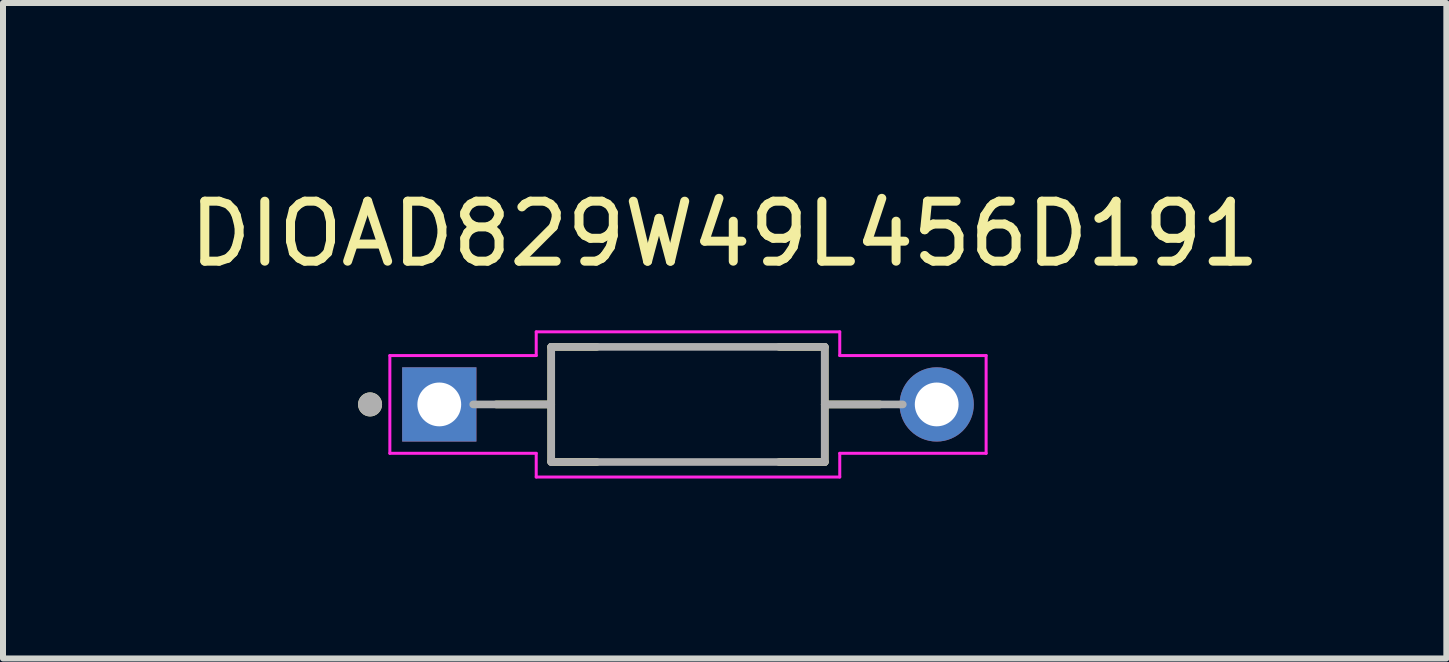
<source format=kicad_pcb>
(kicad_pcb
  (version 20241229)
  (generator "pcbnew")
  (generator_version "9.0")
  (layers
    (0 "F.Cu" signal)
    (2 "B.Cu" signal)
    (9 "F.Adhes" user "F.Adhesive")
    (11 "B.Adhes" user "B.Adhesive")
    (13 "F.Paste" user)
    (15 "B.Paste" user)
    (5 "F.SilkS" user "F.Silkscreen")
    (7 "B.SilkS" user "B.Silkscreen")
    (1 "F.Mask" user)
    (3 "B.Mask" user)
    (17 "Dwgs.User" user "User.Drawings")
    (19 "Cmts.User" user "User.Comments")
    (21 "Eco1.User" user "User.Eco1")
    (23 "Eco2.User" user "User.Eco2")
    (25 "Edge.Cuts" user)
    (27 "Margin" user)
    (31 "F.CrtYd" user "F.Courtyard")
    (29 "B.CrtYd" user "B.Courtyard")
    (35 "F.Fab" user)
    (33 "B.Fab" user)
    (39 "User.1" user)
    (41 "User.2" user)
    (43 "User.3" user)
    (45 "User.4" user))
  (footprint "DIOAD829W49L456D191"
    (layer "F.Cu")
    (at 8.419 3.692)
    (property "Reference" "DIOAD829W49L456D191" (at 0.612 -2.843 0) (layer "F.SilkS") (effects (font (size 1 1) (thickness 0.15))))
    (attr through_hole)
    (fp_line (start -2.28 -0.96) (end -2.28 0) (stroke (width 0.127) (type solid)) (layer "F.SilkS"))
    (fp_line (start -2.28 -0.96) (end -1.52 -0.96) (stroke (width 0.127) (type solid)) (layer "F.SilkS"))
    (fp_line (start -2.28 0) (end -3.2 0) (stroke (width 0.127) (type solid)) (layer "F.SilkS"))
    (fp_line (start -2.28 0) (end -2.28 0.95) (stroke (width 0.127) (type solid)) (layer "F.SilkS"))
    (fp_line (start -2.28 0.96) (end -1.52 0.96) (stroke (width 0.127) (type solid)) (layer "F.SilkS"))
    (fp_line (start 1.52 -0.96) (end 2.28 -0.96) (stroke (width 0.127) (type solid)) (layer "F.SilkS"))
    (fp_line (start 1.52 0.96) (end 2.28 0.96) (stroke (width 0.127) (type solid)) (layer "F.SilkS"))
    (fp_line (start 2.28 -0.95) (end 2.28 0) (stroke (width 0.127) (type solid)) (layer "F.SilkS"))
    (fp_line (start 2.28 0) (end 2.28 0.96) (stroke (width 0.127) (type solid)) (layer "F.SilkS"))
    (fp_line (start 3.2 0) (end 2.28 0) (stroke (width 0.127) (type solid)) (layer "F.SilkS"))
    (fp_circle (center -5.3 0) (end -5.2 0) (stroke (width 0.2) (type solid)) (fill no) (layer "F.SilkS"))
    (fp_line (start -4.97 -0.815) (end -4.97 0.815) (stroke (width 0.05) (type solid)) (layer "F.CrtYd"))
    (fp_line (start -2.53 -1.21) (end -2.53 -0.815) (stroke (width 0.05) (type solid)) (layer "F.CrtYd"))
    (fp_line (start -2.53 -1.21) (end 2.53 -1.21) (stroke (width 0.05) (type solid)) (layer "F.CrtYd"))
    (fp_line (start -2.53 -0.815) (end -4.97 -0.815) (stroke (width 0.05) (type solid)) (layer "F.CrtYd"))
    (fp_line (start -2.53 0.815) (end -4.97 0.815) (stroke (width 0.05) (type solid)) (layer "F.CrtYd"))
    (fp_line (start -2.53 1.21) (end -2.53 0.815) (stroke (width 0.05) (type solid)) (layer "F.CrtYd"))
    (fp_line (start 2.53 -1.21) (end 2.53 -0.815) (stroke (width 0.05) (type solid)) (layer "F.CrtYd"))
    (fp_line (start 2.53 1.21) (end -2.53 1.21) (stroke (width 0.05) (type solid)) (layer "F.CrtYd"))
    (fp_line (start 2.53 1.21) (end 2.53 0.815) (stroke (width 0.05) (type solid)) (layer "F.CrtYd"))
    (fp_line (start 4.97 -0.815) (end 2.53 -0.815) (stroke (width 0.05) (type solid)) (layer "F.CrtYd"))
    (fp_line (start 4.97 -0.815) (end 4.97 0.815) (stroke (width 0.05) (type solid)) (layer "F.CrtYd"))
    (fp_line (start 4.97 0.815) (end 2.53 0.815) (stroke (width 0.05) (type solid)) (layer "F.CrtYd"))
    (fp_line (start -3.581 0) (end -2.28 0) (stroke (width 0.127) (type solid)) (layer "F.Fab"))
    (fp_line (start -2.28 -0.96) (end -2.28 0) (stroke (width 0.127) (type solid)) (layer "F.Fab"))
    (fp_line (start -2.28 -0.96) (end 2.28 -0.96) (stroke (width 0.127) (type solid)) (layer "F.Fab"))
    (fp_line (start -2.28 0) (end -2.28 0.96) (stroke (width 0.127) (type solid)) (layer "F.Fab"))
    (fp_line (start -2.28 0.96) (end 2.28 0.96) (stroke (width 0.127) (type solid)) (layer "F.Fab"))
    (fp_line (start 2.28 -0.96) (end 2.28 0) (stroke (width 0.127) (type solid)) (layer "F.Fab"))
    (fp_line (start 2.28 0) (end 2.28 0.96) (stroke (width 0.127) (type solid)) (layer "F.Fab"))
    (fp_line (start 2.28 0) (end 3.581 0) (stroke (width 0.127) (type solid)) (layer "F.Fab"))
    (fp_circle (center -5.3 0) (end -5.2 0) (stroke (width 0.2) (type solid)) (fill no) (layer "F.Fab"))
    (pad "1" thru_hole rect (at -4.146 0) (size 1.238 1.238) (drill 0.73) (layers "*.Cu" "*.Mask"))
    (pad "2" thru_hole circle (at 4.146 0) (size 1.238 1.238) (drill 0.73) (layers "*.Cu" "*.Mask")))
  (gr_rect
    (start -3 -3)
    (end 21.061 7.927)
    (stroke (width 0.1) (type default))
    (fill no)
    (layer "Edge.Cuts")))
</source>
